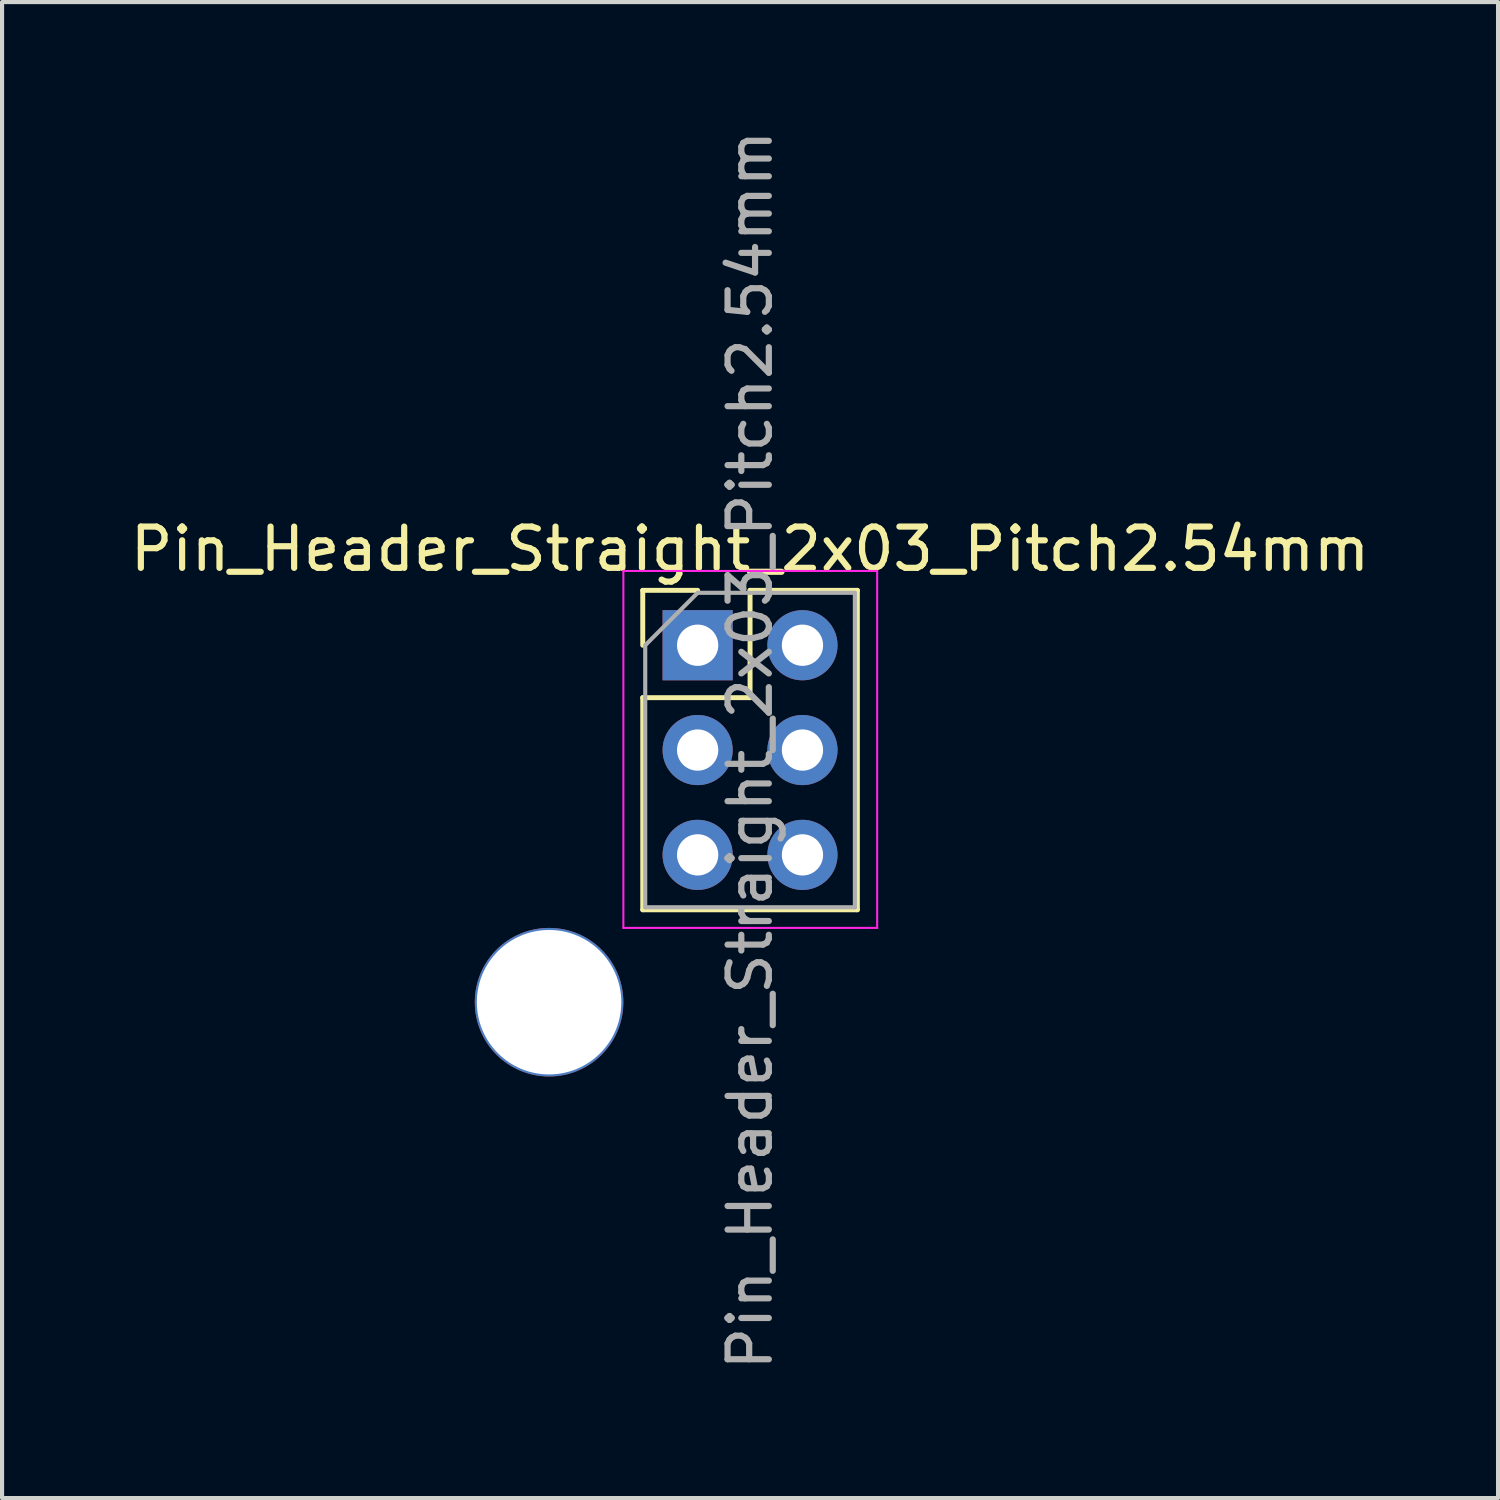
<source format=kicad_pcb>
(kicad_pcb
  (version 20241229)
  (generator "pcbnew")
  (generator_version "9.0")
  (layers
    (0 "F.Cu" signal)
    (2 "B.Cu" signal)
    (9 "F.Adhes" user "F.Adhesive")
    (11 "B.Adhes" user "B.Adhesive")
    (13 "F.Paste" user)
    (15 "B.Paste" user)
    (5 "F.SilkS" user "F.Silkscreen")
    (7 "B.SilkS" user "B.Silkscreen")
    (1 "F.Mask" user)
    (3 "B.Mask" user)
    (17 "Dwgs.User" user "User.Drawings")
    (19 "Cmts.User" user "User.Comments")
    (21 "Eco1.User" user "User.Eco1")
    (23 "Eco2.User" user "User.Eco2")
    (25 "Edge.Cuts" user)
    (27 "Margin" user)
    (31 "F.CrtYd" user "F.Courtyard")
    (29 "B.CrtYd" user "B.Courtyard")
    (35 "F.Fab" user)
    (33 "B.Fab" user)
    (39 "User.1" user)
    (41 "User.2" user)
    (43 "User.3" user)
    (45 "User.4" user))
  (footprint "Pin_Header_Straight_2x03_Pitch2.54mm"
    (layer "F.Cu")
    (at 13.855 12.585)
    (property "Reference" "Pin_Header_Straight_2x03_Pitch2.54mm" (at 1.27 -2.33 0) (layer "F.SilkS") (effects (font (size 1 1) (thickness 0.15))))
    (attr through_hole)
    (fp_line (start -1.33 -1.33) (end 0 -1.33) (stroke (width 0.12) (type solid)) (layer "F.SilkS"))
    (fp_line (start -1.33 0) (end -1.33 -1.33) (stroke (width 0.12) (type solid)) (layer "F.SilkS"))
    (fp_line (start -1.33 1.27) (end -1.33 6.41) (stroke (width 0.12) (type solid)) (layer "F.SilkS"))
    (fp_line (start -1.33 1.27) (end 1.27 1.27) (stroke (width 0.12) (type solid)) (layer "F.SilkS"))
    (fp_line (start -1.33 6.41) (end 3.87 6.41) (stroke (width 0.12) (type solid)) (layer "F.SilkS"))
    (fp_line (start 1.27 -1.33) (end 3.87 -1.33) (stroke (width 0.12) (type solid)) (layer "F.SilkS"))
    (fp_line (start 1.27 1.27) (end 1.27 -1.33) (stroke (width 0.12) (type solid)) (layer "F.SilkS"))
    (fp_line (start 3.87 -1.33) (end 3.87 6.41) (stroke (width 0.12) (type solid)) (layer "F.SilkS"))
    (fp_line (start -1.8 -1.8) (end -1.8 6.85) (stroke (width 0.05) (type solid)) (layer "F.CrtYd"))
    (fp_line (start -1.8 6.85) (end 4.35 6.85) (stroke (width 0.05) (type solid)) (layer "F.CrtYd"))
    (fp_line (start 4.35 -1.8) (end -1.8 -1.8) (stroke (width 0.05) (type solid)) (layer "F.CrtYd"))
    (fp_line (start 4.35 6.85) (end 4.35 -1.8) (stroke (width 0.05) (type solid)) (layer "F.CrtYd"))
    (fp_line (start -1.27 0) (end 0 -1.27) (stroke (width 0.1) (type solid)) (layer "F.Fab"))
    (fp_line (start -1.27 6.35) (end -1.27 0) (stroke (width 0.1) (type solid)) (layer "F.Fab"))
    (fp_line (start 0 -1.27) (end 3.81 -1.27) (stroke (width 0.1) (type solid)) (layer "F.Fab"))
    (fp_line (start 3.81 -1.27) (end 3.81 6.35) (stroke (width 0.1) (type solid)) (layer "F.Fab"))
    (fp_line (start 3.81 6.35) (end -1.27 6.35) (stroke (width 0.1) (type solid)) (layer "F.Fab"))
    (fp_text user "${REFERENCE}" (at 1.27 2.54 90) (layer "F.Fab") (effects (font (size 1 1) (thickness 0.15))))
    (pad "" np_thru_hole circle (at -3.6 8.65) (size 3.6 3.6) (drill 3.5) (layers "*.Cu" "*.Mask"))
    (pad "1" thru_hole rect (at 0 0) (size 1.7 1.7) (drill 1) (layers "*.Cu" "*.Mask"))
    (pad "2" thru_hole oval (at 2.54 0) (size 1.7 1.7) (drill 1) (layers "*.Cu" "*.Mask"))
    (pad "3" thru_hole oval (at 0 2.54) (size 1.7 1.7) (drill 1) (layers "*.Cu" "*.Mask"))
    (pad "4" thru_hole oval (at 2.54 2.54) (size 1.7 1.7) (drill 1) (layers "*.Cu" "*.Mask"))
    (pad "5" thru_hole oval (at 0 5.08) (size 1.7 1.7) (drill 1) (layers "*.Cu" "*.Mask"))
    (pad "6" thru_hole oval (at 2.54 5.08) (size 1.7 1.7) (drill 1) (layers "*.Cu" "*.Mask")))
  (gr_rect
    (start -3 -3)
    (end 33.25 33.25)
    (stroke (width 0.1) (type default))
    (fill no)
    (layer "Edge.Cuts")))
</source>
